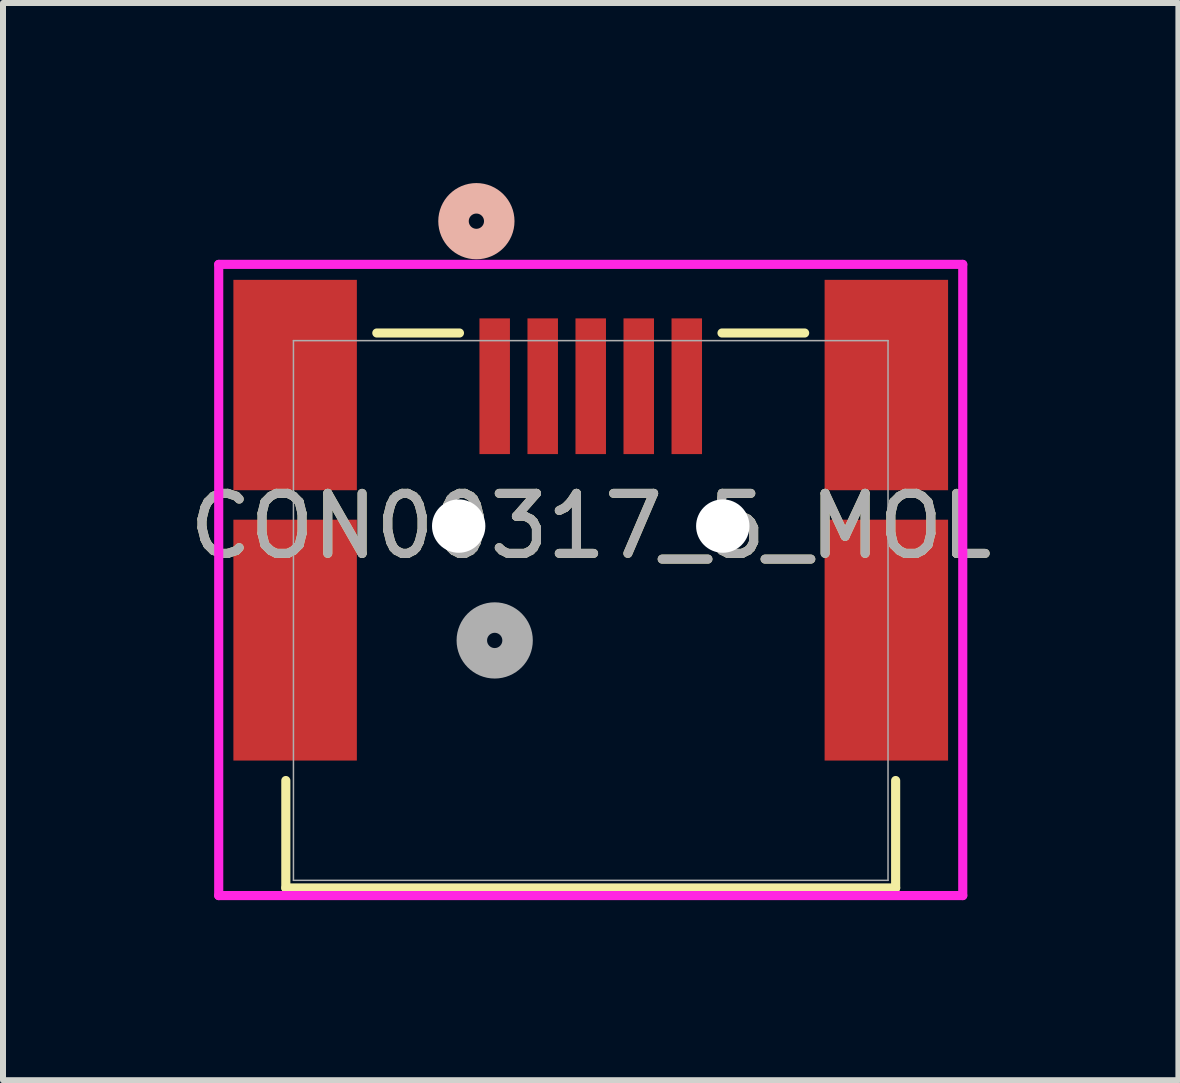
<source format=kicad_pcb>
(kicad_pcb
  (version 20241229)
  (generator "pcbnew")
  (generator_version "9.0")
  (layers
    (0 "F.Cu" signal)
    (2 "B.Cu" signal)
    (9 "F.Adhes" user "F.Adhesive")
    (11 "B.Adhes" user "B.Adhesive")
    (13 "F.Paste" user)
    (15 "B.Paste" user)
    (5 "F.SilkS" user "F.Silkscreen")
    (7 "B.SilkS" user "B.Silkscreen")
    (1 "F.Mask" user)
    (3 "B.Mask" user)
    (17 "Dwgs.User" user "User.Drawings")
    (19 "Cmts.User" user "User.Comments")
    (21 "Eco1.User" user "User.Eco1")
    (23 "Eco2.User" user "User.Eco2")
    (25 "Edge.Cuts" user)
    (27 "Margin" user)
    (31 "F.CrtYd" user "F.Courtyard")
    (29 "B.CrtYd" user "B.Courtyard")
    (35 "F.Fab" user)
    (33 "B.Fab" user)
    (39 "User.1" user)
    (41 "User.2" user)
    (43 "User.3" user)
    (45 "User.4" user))
  (footprint "CON00317_5_MOL"
    (layer "F.Cu")
    (at 6.792 5.715)
    (property "Reference" "CON00317_5_MOL" (at 0 0 0) (unlocked yes) (layer "F.SilkS") (effects (font (size 1 1) (thickness 0.15))))
    (attr smd)
    (fp_line (start -5.08 4.239) (end -5.08 6.029) (stroke (width 0.152) (type solid)) (layer "F.SilkS"))
    (fp_line (start -5.08 6.029) (end 5.08 6.029) (stroke (width 0.152) (type solid)) (layer "F.SilkS"))
    (fp_line (start -2.187 -3.217) (end -3.564 -3.217) (stroke (width 0.152) (type solid)) (layer "F.SilkS"))
    (fp_line (start 3.564 -3.217) (end 2.187 -3.217) (stroke (width 0.152) (type solid)) (layer "F.SilkS"))
    (fp_line (start 5.08 6.029) (end 5.08 4.239) (stroke (width 0.152) (type solid)) (layer "F.SilkS"))
    (fp_circle (center -1.905 -5.08) (end -1.524 -5.08) (stroke (width 0.508) (type solid)) (fill no) (layer "B.SilkS"))
    (fp_line (start -6.198 -4.36) (end -6.198 6.156) (stroke (width 0.152) (type solid)) (layer "F.CrtYd"))
    (fp_line (start -6.198 6.156) (end 6.198 6.156) (stroke (width 0.152) (type solid)) (layer "F.CrtYd"))
    (fp_line (start 6.198 -4.36) (end -6.198 -4.36) (stroke (width 0.152) (type solid)) (layer "F.CrtYd"))
    (fp_line (start 6.198 6.156) (end 6.198 -4.36) (stroke (width 0.152) (type solid)) (layer "F.CrtYd"))
    (fp_line (start -4.953 -3.09) (end -4.953 5.902) (stroke (width 0.025) (type solid)) (layer "F.Fab"))
    (fp_line (start -4.953 5.902) (end 4.953 5.902) (stroke (width 0.025) (type solid)) (layer "F.Fab"))
    (fp_line (start 4.953 -3.09) (end -4.953 -3.09) (stroke (width 0.025) (type solid)) (layer "F.Fab"))
    (fp_line (start 4.953 5.902) (end 4.953 -3.09) (stroke (width 0.025) (type solid)) (layer "F.Fab"))
    (fp_circle (center -1.6 1.905) (end -1.219 1.905) (stroke (width 0.508) (type solid)) (fill no) (layer "F.Fab"))
    (fp_text user "${REFERENCE}" (at 0 0 0) (unlocked yes) (layer "F.Fab") (effects (font (size 1 1) (thickness 0.15))))
    (pad "" np_thru_hole circle (at -2.2 0) (size 0.889 0.889) (drill 0.889) (layers "*.Cu" "*.Mask"))
    (pad "" np_thru_hole circle (at 2.2 0) (size 0.889 0.889) (drill 0.889) (layers "*.Cu" "*.Mask"))
    (pad "1" smd rect (at -1.6 -2.33) (size 0.508 2.261) (layers "F.Cu" "F.Mask" "F.Paste"))
    (pad "2" smd rect (at -0.8 -2.33) (size 0.508 2.261) (layers "F.Cu" "F.Mask" "F.Paste"))
    (pad "3" smd rect (at 0 -2.33) (size 0.508 2.261) (layers "F.Cu" "F.Mask" "F.Paste"))
    (pad "4" smd rect (at 0.8 -2.33) (size 0.508 2.261) (layers "F.Cu" "F.Mask" "F.Paste"))
    (pad "5" smd rect (at 1.6 -2.33) (size 0.508 2.261) (layers "F.Cu" "F.Mask" "F.Paste"))
    (pad "6" smd rect (at -4.925 1.9) (size 2.057 4.013) (layers "F.Cu" "F.Mask" "F.Paste"))
    (pad "7" smd rect (at 4.925 1.9) (size 2.057 4.013) (layers "F.Cu" "F.Mask" "F.Paste"))
    (pad "8" smd rect (at -4.925 -2.35) (size 2.057 3.505) (layers "F.Cu" "F.Mask" "F.Paste"))
    (pad "9" smd rect (at 4.925 -2.35) (size 2.057 3.505) (layers "F.Cu" "F.Mask" "F.Paste"))
    (zone (net_name "") (layer "F.Cu") (hatch full 0.508) (connect_pads) (min_thickness 0.254) (filled_areas_thickness no) (keepout (tracks not_allowed) (vias not_allowed) (pads allowed) (copperpour not_allowed) (footprints allowed)) (placement (enabled no)) (fill) (polygon (pts (xy 3.693 8.421) (xy 3.693 9.615) (xy 9.89 9.615) (xy 9.89 8.421)))))
  (gr_rect
    (start -3 -3)
    (end 16.583 14.947)
    (stroke (width 0.1) (type default))
    (fill no)
    (layer "Edge.Cuts")))
</source>
